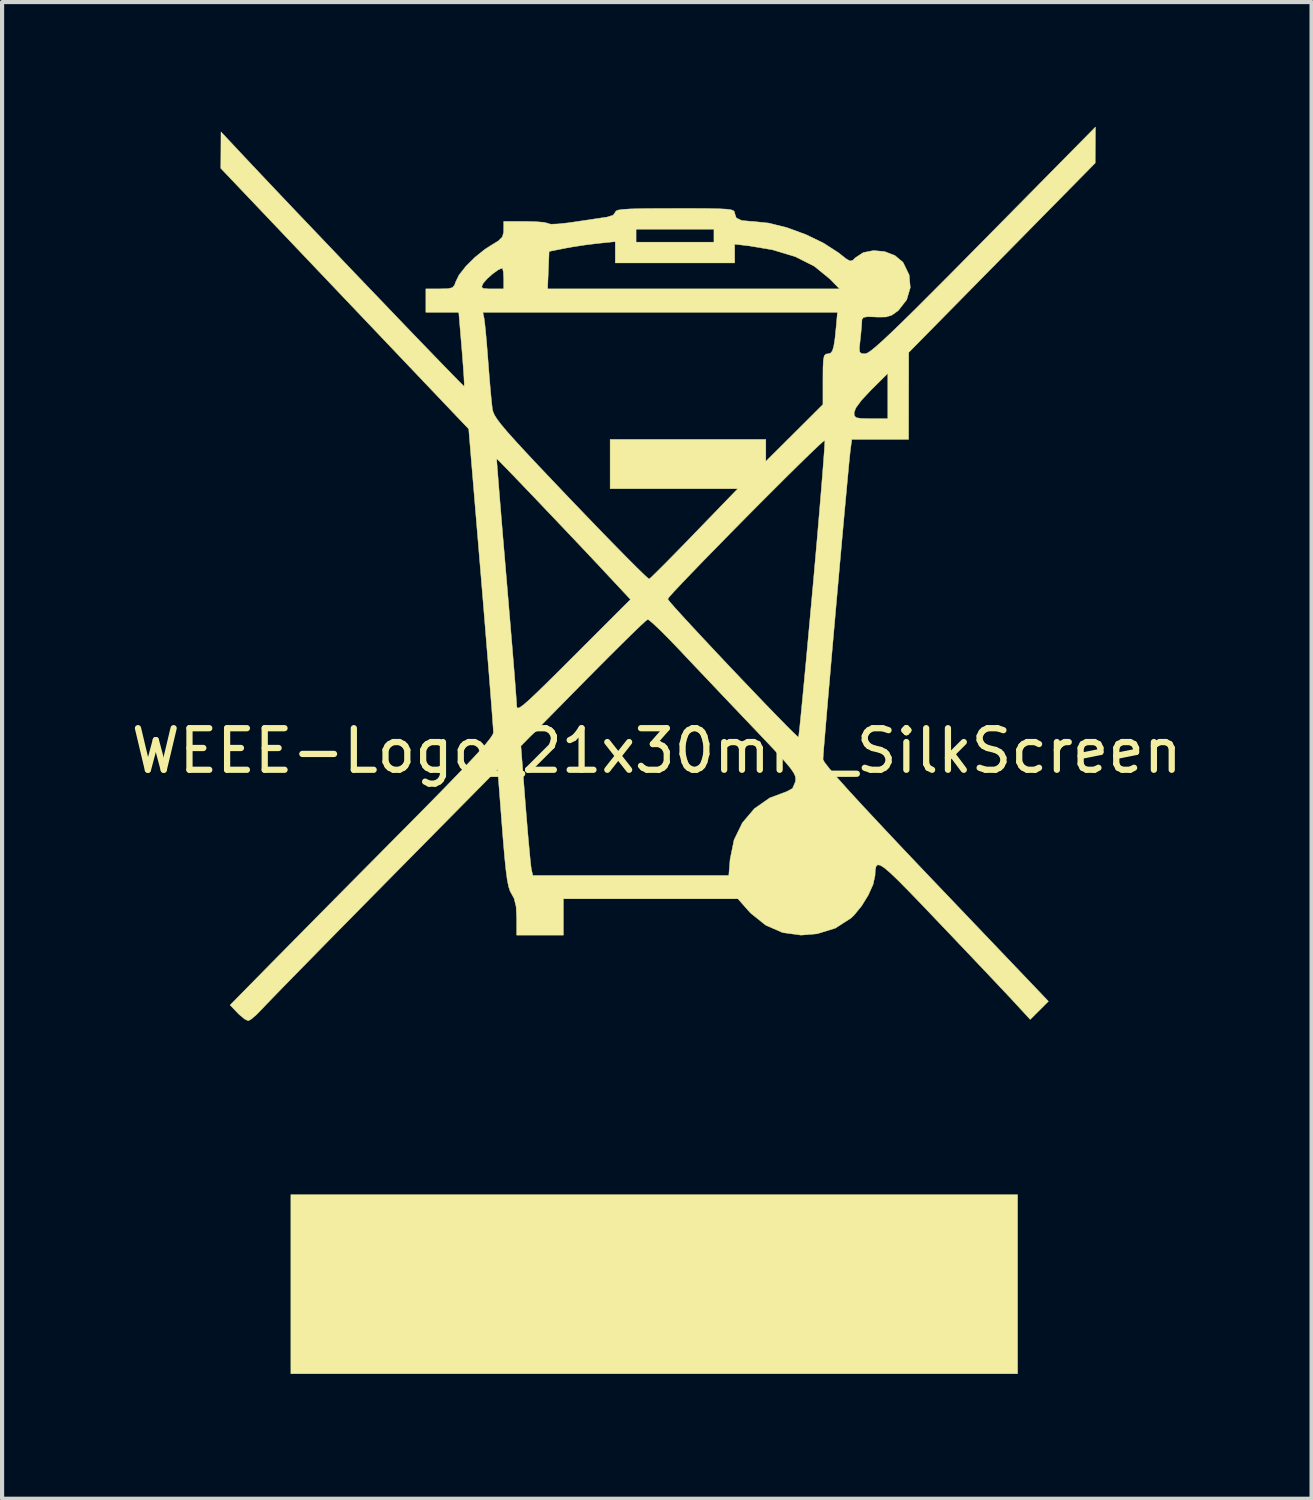
<source format=kicad_pcb>
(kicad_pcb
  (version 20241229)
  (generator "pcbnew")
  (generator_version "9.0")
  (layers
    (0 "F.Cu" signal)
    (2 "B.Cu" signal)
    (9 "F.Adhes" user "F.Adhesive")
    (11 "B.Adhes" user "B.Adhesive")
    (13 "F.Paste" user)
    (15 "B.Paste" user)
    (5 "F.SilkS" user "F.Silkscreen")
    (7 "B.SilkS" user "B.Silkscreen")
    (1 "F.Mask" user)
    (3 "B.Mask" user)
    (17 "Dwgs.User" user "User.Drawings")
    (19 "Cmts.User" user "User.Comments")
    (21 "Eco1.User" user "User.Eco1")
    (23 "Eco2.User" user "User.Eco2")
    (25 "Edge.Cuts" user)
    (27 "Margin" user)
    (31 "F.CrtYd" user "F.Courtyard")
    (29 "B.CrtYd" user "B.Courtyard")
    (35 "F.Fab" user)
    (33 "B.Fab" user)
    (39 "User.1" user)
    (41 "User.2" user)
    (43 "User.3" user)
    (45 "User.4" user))
  (footprint "WEEE-Logo_21x30mm_SilkScreen"
    (layer "F.Cu")
    (at 12.744 15.005)
    (property "Reference" "WEEE-Logo_21x30mm_SilkScreen" (at 0 0 0) (layer "F.SilkS") (effects (font (size 1 1) (thickness 0.15))))
    (attr exclude_from_pos_files exclude_from_bom)
    (fp_poly (pts (xy 8.675 14.978) (xy -8.8 14.978) (xy -8.8 10.672) (xy 8.675 10.672) (xy 8.675 14.978)) (stroke (width 0.01) (type solid)) (fill yes) (layer "F.SilkS"))
    (fp_poly (pts (xy 10.544 -14.568) (xy 10.541 -14.135) (xy 6.057 -9.58) (xy 6.055 -8.534) (xy 6.054 -7.489) (xy 4.688 -7.489) (xy 4.653 -7.224) (xy 4.64 -7.103) (xy 4.617 -6.875) (xy 4.587 -6.554) (xy 4.55 -6.154) (xy 4.507 -5.687) (xy 4.46 -5.168) (xy 4.41 -4.611) (xy 4.358 -4.028) (xy 4.305 -3.433) (xy 4.253 -2.84) (xy 4.202 -2.262) (xy 4.155 -1.714) (xy 4.111 -1.208) (xy 4.073 -0.759) (xy 4.041 -0.379) (xy 4.016 -0.082) (xy 4.001 0.117) (xy 3.996 0.206) (xy 3.996 0.207) (xy 4.034 0.278) (xy 4.149 0.426) (xy 4.342 0.651) (xy 4.615 0.956) (xy 4.969 1.341) (xy 5.407 1.81) (xy 5.928 2.364) (xy 6.536 3.004) (xy 6.707 3.183) (xy 9.416 6.022) (xy 9.197 6.241) (xy 8.978 6.459) (xy 8.623 6.074) (xy 8.494 5.934) (xy 8.291 5.719) (xy 8.029 5.441) (xy 7.721 5.116) (xy 7.38 4.757) (xy 7.02 4.378) (xy 6.804 4.152) (xy 6.4 3.728) (xy 6.072 3.388) (xy 5.815 3.127) (xy 5.618 2.938) (xy 5.473 2.814) (xy 5.373 2.75) (xy 5.309 2.74) (xy 5.272 2.777) (xy 5.254 2.855) (xy 5.248 2.968) (xy 5.247 2.999) (xy 5.2 3.211) (xy 5.085 3.468) (xy 4.924 3.729) (xy 4.741 3.953) (xy 4.668 4.022) (xy 4.292 4.264) (xy 3.853 4.399) (xy 3.465 4.431) (xy 3.025 4.37) (xy 2.619 4.193) (xy 2.259 3.905) (xy 2.193 3.833) (xy 1.95 3.557) (xy -2.247 3.557) (xy -2.247 4.431) (xy -3.37 4.431) (xy -3.37 4.023) (xy -3.384 3.744) (xy -3.431 3.551) (xy -3.489 3.446) (xy -3.53 3.37) (xy -3.565 3.261) (xy -3.597 3.102) (xy -3.627 2.876) (xy -3.659 2.569) (xy -3.694 2.162) (xy -3.718 1.86) (xy -3.827 0.443) (xy -6.519 3.17) (xy -7.006 3.664) (xy -7.473 4.138) (xy -7.913 4.585) (xy -8.315 4.995) (xy -8.673 5.36) (xy -8.977 5.671) (xy -9.219 5.92) (xy -9.39 6.097) (xy -9.481 6.194) (xy -9.632 6.348) (xy -9.758 6.455) (xy -9.826 6.49) (xy -9.912 6.449) (xy -10.038 6.344) (xy -10.08 6.302) (xy -10.261 6.113) (xy -9.265 5.1) (xy -9.011 4.843) (xy -8.683 4.511) (xy -8.296 4.119) (xy -7.865 3.683) (xy -7.403 3.216) (xy -6.924 2.733) (xy -6.445 2.249) (xy -6.1 1.902) (xy -5.577 1.373) (xy -5.137 0.925) (xy -4.776 0.552) (xy -4.487 0.248) (xy -4.264 0.007) (xy -4.154 -0.118) (xy -3.269 -0.118) (xy -3.159 1.298) (xy -3.125 1.713) (xy -3.093 2.093) (xy -3.063 2.417) (xy -3.039 2.667) (xy -3.021 2.821) (xy -3.015 2.855) (xy -2.982 2.996) (xy 1.73 2.996) (xy 1.762 2.604) (xy 1.857 2.141) (xy 2.056 1.731) (xy 2.345 1.39) (xy 2.714 1.132) (xy 3.128 0.977) (xy 3.262 0.904) (xy 3.329 0.749) (xy 3.331 0.742) (xy 3.339 0.676) (xy 3.329 0.608) (xy 3.291 0.527) (xy 3.216 0.419) (xy 3.094 0.272) (xy 2.914 0.073) (xy 2.668 -0.19) (xy 2.346 -0.529) (xy 2.325 -0.551) (xy 1.978 -0.915) (xy 1.609 -1.303) (xy 1.244 -1.688) (xy 0.907 -2.043) (xy 0.625 -2.342) (xy 0.562 -2.409) (xy 0.32 -2.661) (xy 0.106 -2.877) (xy -0.066 -3.041) (xy -0.181 -3.14) (xy -0.219 -3.161) (xy -0.277 -3.116) (xy -0.411 -2.992) (xy -0.611 -2.799) (xy -0.866 -2.548) (xy -1.167 -2.249) (xy -1.502 -1.912) (xy -1.776 -1.635) (xy -3.269 -0.118) (xy -4.154 -0.118) (xy -4.103 -0.177) (xy -3.998 -0.31) (xy -3.942 -0.398) (xy -3.93 -0.439) (xy -3.934 -0.528) (xy -3.949 -0.73) (xy -3.971 -1.033) (xy -4.002 -1.426) (xy -4.039 -1.896) (xy -4.083 -2.433) (xy -4.131 -3.024) (xy -4.183 -3.659) (xy -4.225 -4.166) (xy -4.464 -7.024) (xy -3.85 -7.024) (xy -3.848 -6.963) (xy -3.835 -6.789) (xy -3.814 -6.516) (xy -3.785 -6.155) (xy -3.749 -5.718) (xy -3.708 -5.219) (xy -3.661 -4.67) (xy -3.617 -4.148) (xy -3.567 -3.556) (xy -3.52 -2.997) (xy -3.477 -2.485) (xy -3.44 -2.033) (xy -3.41 -1.653) (xy -3.388 -1.36) (xy -3.374 -1.168) (xy -3.371 -1.093) (xy -3.365 -1.046) (xy -3.341 -1.028) (xy -3.292 -1.045) (xy -3.207 -1.106) (xy -3.078 -1.218) (xy -2.896 -1.389) (xy -2.652 -1.627) (xy -2.336 -1.939) (xy -2.002 -2.273) (xy -0.633 -3.641) (xy -0.643 -3.651) (xy 0.262 -3.651) (xy 0.303 -3.594) (xy 0.418 -3.461) (xy 0.596 -3.264) (xy 0.825 -3.015) (xy 1.094 -2.726) (xy 1.39 -2.409) (xy 1.703 -2.077) (xy 2.021 -1.742) (xy 2.332 -1.416) (xy 2.624 -1.111) (xy 2.887 -0.84) (xy 3.108 -0.614) (xy 3.276 -0.446) (xy 3.379 -0.348) (xy 3.407 -0.328) (xy 3.416 -0.393) (xy 3.436 -0.57) (xy 3.464 -0.85) (xy 3.5 -1.22) (xy 3.543 -1.671) (xy 3.592 -2.19) (xy 3.645 -2.767) (xy 3.702 -3.39) (xy 3.748 -3.893) (xy 3.806 -4.545) (xy 3.86 -5.159) (xy 3.908 -5.724) (xy 3.95 -6.229) (xy 3.985 -6.663) (xy 4.012 -7.015) (xy 4.031 -7.273) (xy 4.039 -7.426) (xy 4.038 -7.466) (xy 3.989 -7.431) (xy 3.864 -7.316) (xy 3.674 -7.135) (xy 3.43 -6.897) (xy 3.142 -6.613) (xy 2.823 -6.295) (xy 2.482 -5.954) (xy 2.131 -5.6) (xy 1.781 -5.245) (xy 1.442 -4.899) (xy 1.125 -4.575) (xy 0.842 -4.282) (xy 0.603 -4.032) (xy 0.419 -3.837) (xy 0.302 -3.706) (xy 0.262 -3.651) (xy -0.643 -3.651) (xy -1.144 -4.187) (xy -1.403 -4.465) (xy -1.695 -4.775) (xy -2.007 -5.105) (xy -2.328 -5.443) (xy -2.646 -5.777) (xy -2.949 -6.096) (xy -3.227 -6.386) (xy -3.467 -6.636) (xy -3.658 -6.833) (xy -3.789 -6.967) (xy -3.848 -7.023) (xy -3.85 -7.024) (xy -4.464 -7.024) (xy -4.523 -7.739) (xy -7.504 -10.873) (xy -10.485 -14.008) (xy -10.482 -14.446) (xy -10.48 -14.884) (xy -9.999 -14.37) (xy -9.729 -14.083) (xy -9.411 -13.746) (xy -9.053 -13.368) (xy -8.663 -12.957) (xy -8.25 -12.524) (xy -7.823 -12.076) (xy -7.391 -11.622) (xy -6.961 -11.173) (xy -6.542 -10.736) (xy -6.144 -10.32) (xy -5.774 -9.935) (xy -5.441 -9.59) (xy -5.154 -9.293) (xy -4.922 -9.054) (xy -4.752 -8.881) (xy -4.654 -8.783) (xy -4.633 -8.764) (xy -4.631 -8.829) (xy -4.639 -8.996) (xy -4.656 -9.242) (xy -4.679 -9.544) (xy -4.689 -9.665) (xy -4.763 -10.547) (xy -4.184 -10.547) (xy -4.154 -10.407) (xy -4.139 -10.295) (xy -4.117 -10.087) (xy -4.092 -9.806) (xy -4.066 -9.481) (xy -4.057 -9.361) (xy -4.03 -9.016) (xy -4.003 -8.695) (xy -3.978 -8.43) (xy -3.958 -8.249) (xy -3.954 -8.216) (xy -3.937 -8.149) (xy -3.902 -8.071) (xy -3.839 -7.972) (xy -3.741 -7.843) (xy -3.602 -7.677) (xy -3.412 -7.465) (xy -3.165 -7.196) (xy -2.853 -6.863) (xy -2.468 -6.457) (xy -2.076 -6.045) (xy -1.685 -5.638) (xy -1.321 -5.26) (xy -0.991 -4.922) (xy -0.706 -4.632) (xy -0.474 -4.4) (xy -0.304 -4.235) (xy -0.205 -4.145) (xy -0.184 -4.132) (xy -0.129 -4.18) (xy 0.000145 -4.306) (xy 0.191 -4.496) (xy 0.43 -4.739) (xy 0.706 -5.021) (xy 0.905 -5.227) (xy 1.946 -6.303) (xy -1.123 -6.303) (xy -1.123 -7.489) (xy 2.621 -7.489) (xy 2.621 -6.961) (xy 3.308 -7.645) (xy 3.795 -8.13) (xy 4.743 -8.13) (xy 4.752 -8.054) (xy 4.798 -8.011) (xy 4.909 -7.993) (xy 5.113 -7.988) (xy 5.149 -7.988) (xy 5.554 -7.988) (xy 5.554 -9.077) (xy 5.149 -8.675) (xy 4.92 -8.43) (xy 4.783 -8.243) (xy 4.743 -8.13) (xy 3.795 -8.13) (xy 3.994 -8.329) (xy 3.994 -8.939) (xy 3.996 -9.219) (xy 4.005 -9.398) (xy 4.025 -9.497) (xy 4.061 -9.539) (xy 4.115 -9.548) (xy 4.175 -9.562) (xy 4.22 -9.614) (xy 4.254 -9.726) (xy 4.284 -9.917) (xy 4.313 -10.207) (xy 4.323 -10.313) (xy 4.343 -10.547) (xy -4.184 -10.547) (xy -4.763 -10.547) (xy -5.554 -10.547) (xy -5.554 -11.109) (xy -5.218 -11.109) (xy -5.021 -11.114) (xy -4.914 -11.14) (xy -4.901 -11.155) (xy -4.212 -11.155) (xy -4.176 -11.12) (xy -4.05 -11.109) (xy -3.965 -11.109) (xy -3.682 -11.109) (xy -2.627 -11.109) (xy 4.394 -11.109) (xy 4.156 -11.352) (xy 3.788 -11.652) (xy 3.331 -11.883) (xy 2.779 -12.049) (xy 2.231 -12.141) (xy 1.872 -12.184) (xy 1.872 -11.733) (xy -0.999 -11.733) (xy -0.999 -12.245) (xy -1.42 -12.202) (xy -1.714 -12.166) (xy -2.028 -12.118) (xy -2.215 -12.084) (xy -2.59 -12.009) (xy -2.608 -11.559) (xy -2.627 -11.109) (xy -3.682 -11.109) (xy -3.682 -11.358) (xy -3.69 -11.515) (xy -3.711 -11.602) (xy -3.719 -11.608) (xy -3.812 -11.568) (xy -3.947 -11.471) (xy -4.082 -11.351) (xy -4.175 -11.243) (xy -4.184 -11.229) (xy -4.212 -11.155) (xy -4.901 -11.155) (xy -4.862 -11.201) (xy -4.841 -11.268) (xy -4.756 -11.442) (xy -4.592 -11.651) (xy -4.377 -11.865) (xy -4.14 -12.056) (xy -3.985 -12.156) (xy -3.807 -12.265) (xy -3.716 -12.356) (xy -3.685 -12.464) (xy -3.682 -12.528) (xy -3.682 -12.544) (xy -0.499 -12.544) (xy -0.499 -12.232) (xy 1.373 -12.232) (xy 1.373 -12.544) (xy -0.499 -12.544) (xy -3.682 -12.544) (xy -3.682 -12.731) (xy -3.157 -12.731) (xy -2.915 -12.725) (xy -2.727 -12.71) (xy -2.622 -12.687) (xy -2.611 -12.678) (xy -2.544 -12.664) (xy -2.383 -12.67) (xy -2.154 -12.694) (xy -1.997 -12.716) (xy -1.713 -12.758) (xy -1.454 -12.797) (xy -1.259 -12.826) (xy -1.201 -12.834) (xy -1.052 -12.88) (xy -0.999 -12.952) (xy -0.982 -12.982) (xy -0.924 -13.005) (xy -0.81 -13.021) (xy -0.627 -13.032) (xy -0.359 -13.039) (xy 0.007 -13.042) (xy 0.437 -13.043) (xy 0.896 -13.043) (xy 1.245 -13.041) (xy 1.5 -13.035) (xy 1.674 -13.026) (xy 1.784 -13.011) (xy 1.843 -12.989) (xy 1.868 -12.96) (xy 1.872 -12.925) (xy 1.91 -12.816) (xy 2.035 -12.754) (xy 2.263 -12.732) (xy 2.304 -12.731) (xy 2.69 -12.691) (xy 3.128 -12.582) (xy 3.579 -12.417) (xy 4.003 -12.213) (xy 4.361 -11.982) (xy 4.408 -11.946) (xy 4.559 -11.827) (xy 4.648 -11.78) (xy 4.711 -11.795) (xy 4.775 -11.858) (xy 4.965 -11.983) (xy 5.211 -12.03) (xy 5.477 -12.006) (xy 5.723 -11.912) (xy 5.912 -11.755) (xy 5.926 -11.736) (xy 6.068 -11.442) (xy 6.094 -11.138) (xy 6.008 -10.847) (xy 5.813 -10.596) (xy 5.789 -10.575) (xy 5.65 -10.476) (xy 5.51 -10.433) (xy 5.312 -10.43) (xy 5.262 -10.433) (xy 5.069 -10.44) (xy 4.969 -10.423) (xy 4.933 -10.374) (xy 4.93 -10.329) (xy 4.922 -10.196) (xy 4.903 -9.996) (xy 4.89 -9.876) (xy 4.87 -9.686) (xy 4.878 -9.589) (xy 4.926 -9.553) (xy 5.01 -9.548) (xy 5.059 -9.564) (xy 5.14 -9.616) (xy 5.257 -9.71) (xy 5.416 -9.851) (xy 5.624 -10.045) (xy 5.886 -10.298) (xy 6.209 -10.615) (xy 6.597 -11.003) (xy 7.059 -11.466) (xy 7.598 -12.011) (xy 7.858 -12.274) (xy 10.547 -15) (xy 10.544 -14.568)) (stroke (width 0.01) (type solid)) (fill yes) (layer "F.SilkS")))
  (gr_rect
    (start -3 -3)
    (end 28.488 32.988)
    (stroke (width 0.1) (type default))
    (fill no)
    (layer "Edge.Cuts")))
</source>
